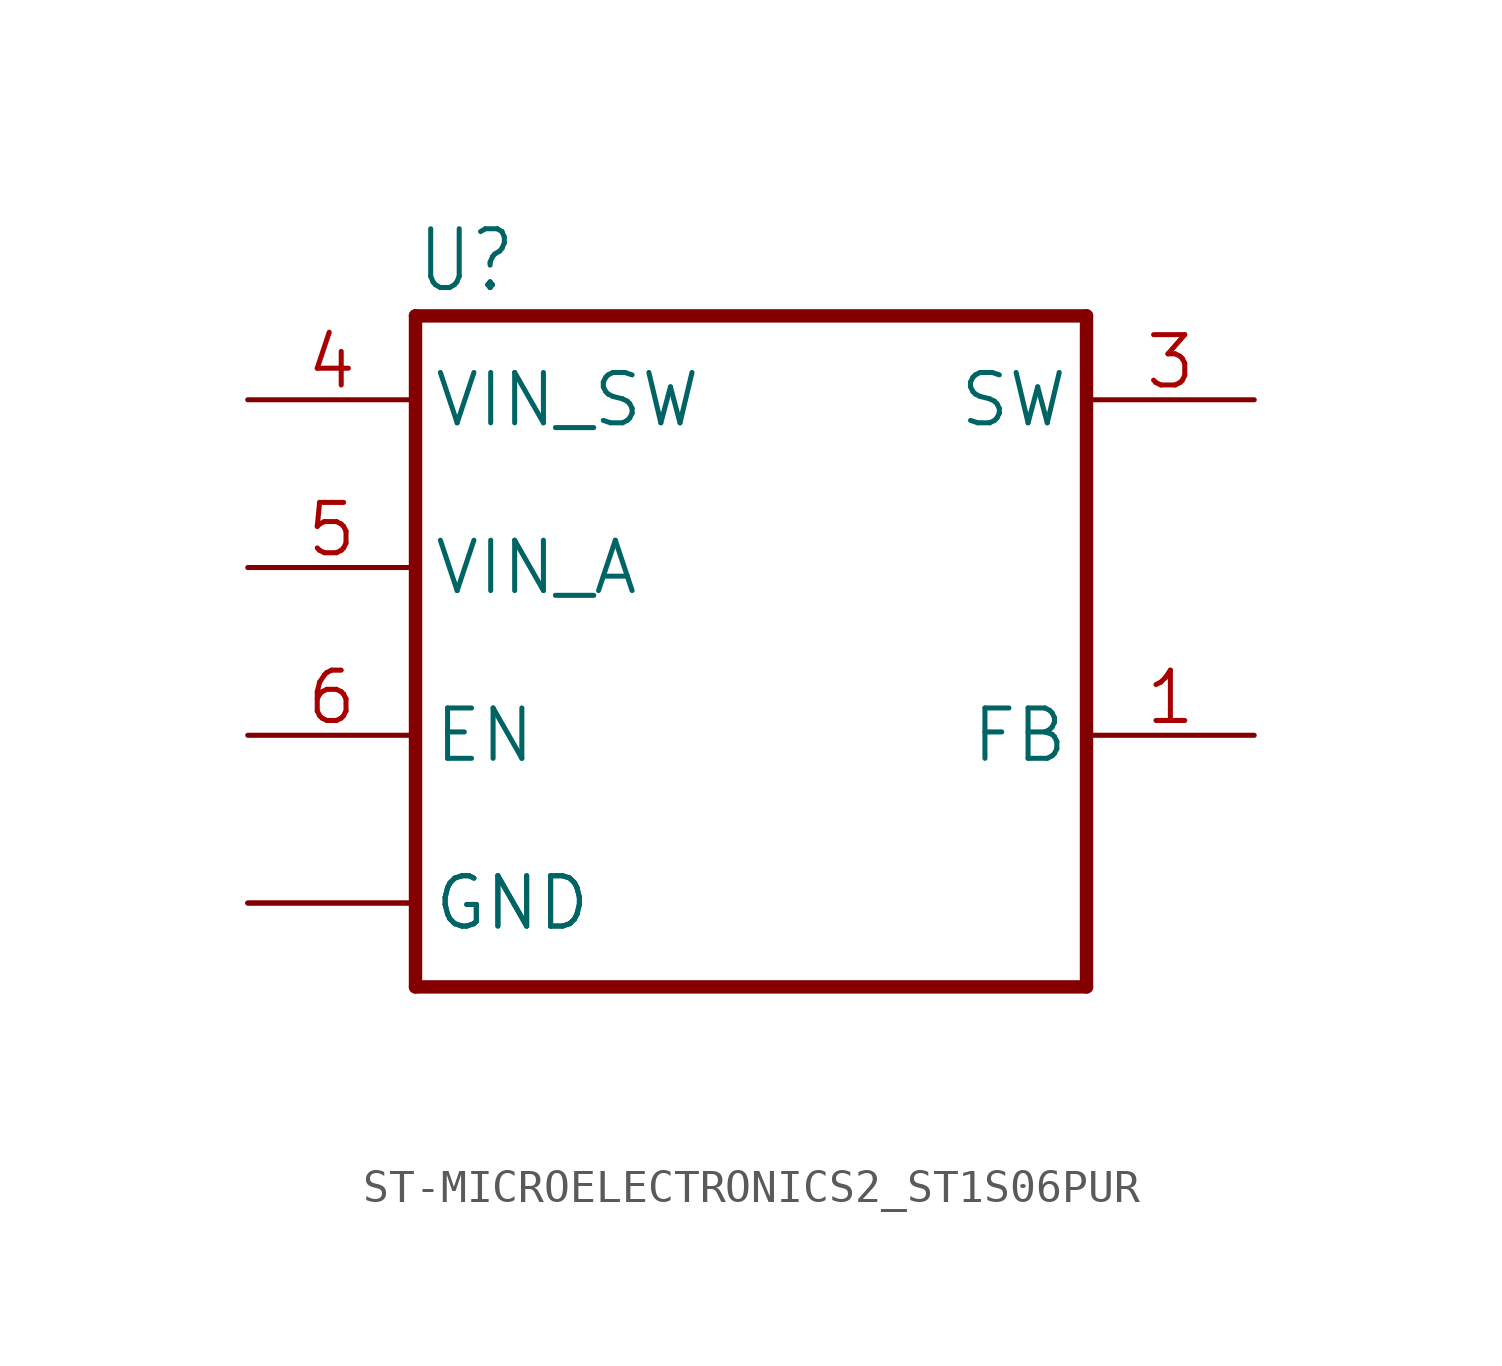
<source format=kicad_sym>
(kicad_symbol_lib
  (version 20241209)
  (generator "kicad_symbol_editor")
  (generator_version "9.0")
  (symbol "ST-MICROELECTRONICS2_ST1S06PUR"
    (property "Reference" "U"
      (at -10.16 10.795 0)
      (effects (font (size 1.778 1.511)) (justify left bottom)))
    (property "Value" ""
      (at -10.16 -12.7 0)
      (effects (font (size 1.778 1.511)) (justify left bottom)))
    (property "ki_locked" ""
      (at 0 0 0)
      (effects (font (size 1.27 1.27))))
    (symbol "ST-MICROELECTRONICS2_ST1S06PUR_1_0"
      (polyline (pts (xy -10.16 10.16) (xy 10.16 10.16)) (stroke (width 0.406) (type solid)) (fill (type none)))
      (polyline (pts (xy -10.16 -10.16) (xy -10.16 10.16)) (stroke (width 0.406) (type solid)) (fill (type none)))
      (polyline (pts (xy 10.16 10.16) (xy 10.16 -10.16)) (stroke (width 0.406) (type solid)) (fill (type none)))
      (polyline (pts (xy 10.16 -10.16) (xy -10.16 -10.16)) (stroke (width 0.406) (type solid)) (fill (type none)))
      (pin input line (at -15.24 7.62 0) (length 5.08) (name "VIN_SW" (effects (font (size 1.524 1.524)))) (number "4" (effects (font (size 1.524 1.524)))))
      (pin input line (at -15.24 2.54 0) (length 5.08) (name "VIN_A" (effects (font (size 1.524 1.524)))) (number "5" (effects (font (size 1.524 1.524)))))
      (pin input line (at -15.24 -2.54 0) (length 5.08) (name "EN" (effects (font (size 1.524 1.524)))) (number "6" (effects (font (size 1.524 1.524)))))
      (pin power_in line (at -15.24 -7.62 0) (length 5.08) (name "GND" (effects (font (size 1.524 1.524)))) (number "2" (effects (font (size 0 0)))))
      (pin power_in line (at -15.24 -7.62 0) (length 5.08) (name "GND" (effects (font (size 1.524 1.524)))) (number "7" (effects (font (size 0 0)))))
      (pin output line (at 15.24 7.62 180) (length 5.08) (name "SW" (effects (font (size 1.524 1.524)))) (number "3" (effects (font (size 1.524 1.524)))))
      (pin input line (at 15.24 -2.54 180) (length 5.08) (name "FB" (effects (font (size 1.524 1.524)))) (number "1" (effects (font (size 1.524 1.524))))))))
</source>
